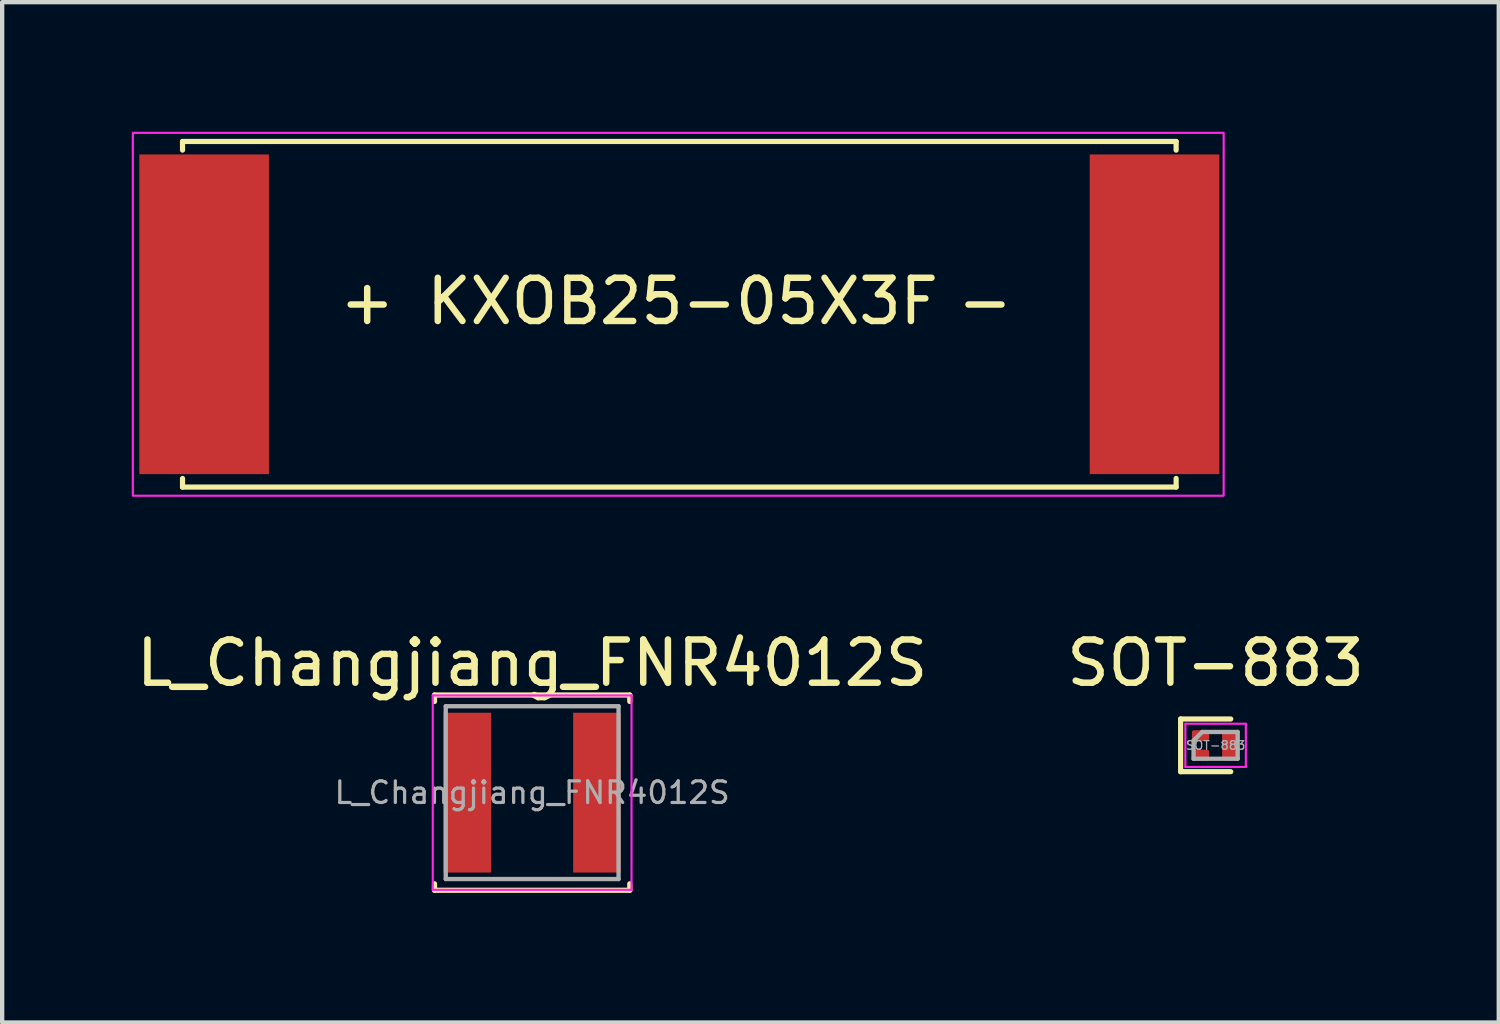
<source format=kicad_pcb>
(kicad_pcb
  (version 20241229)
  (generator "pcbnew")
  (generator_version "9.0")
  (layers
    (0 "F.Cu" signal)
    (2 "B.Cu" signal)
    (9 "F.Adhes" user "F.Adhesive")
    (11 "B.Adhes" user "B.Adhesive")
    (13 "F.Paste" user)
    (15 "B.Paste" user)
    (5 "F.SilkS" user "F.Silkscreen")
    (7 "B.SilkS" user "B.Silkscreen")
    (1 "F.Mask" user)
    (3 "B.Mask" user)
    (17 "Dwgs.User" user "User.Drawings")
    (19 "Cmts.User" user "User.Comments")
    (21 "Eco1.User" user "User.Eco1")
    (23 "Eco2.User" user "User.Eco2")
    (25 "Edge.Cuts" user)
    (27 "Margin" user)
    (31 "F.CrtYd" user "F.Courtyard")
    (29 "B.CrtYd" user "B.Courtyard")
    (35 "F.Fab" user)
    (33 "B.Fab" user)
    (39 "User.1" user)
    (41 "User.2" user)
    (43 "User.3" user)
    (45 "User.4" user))
  (footprint "KXOB25-05X3F"
    (layer "F.Cu")
    (at 12.65 3.925)
    (property "Reference" "KXOB25-05X3F" (at 0.1 0 0) (unlocked yes) (layer "F.SilkS") (effects (font (size 1 1) (thickness 0.15))))
    (attr smd)
    (fp_line (start -11.475 -3.7) (end -11.475 -3.5) (stroke (width 0.12) (type solid)) (layer "F.SilkS"))
    (fp_line (start -11.475 -3.7) (end 11.525 -3.7) (stroke (width 0.12) (type solid)) (layer "F.SilkS"))
    (fp_line (start -11.475 4.3) (end -11.475 4.1) (stroke (width 0.12) (type solid)) (layer "F.SilkS"))
    (fp_line (start 11.525 -3.7) (end 11.525 -3.5) (stroke (width 0.12) (type solid)) (layer "F.SilkS"))
    (fp_line (start 11.525 4.3) (end -11.475 4.3) (stroke (width 0.12) (type solid)) (layer "F.SilkS"))
    (fp_line (start 11.525 4.3) (end 11.525 4.1) (stroke (width 0.12) (type solid)) (layer "F.SilkS"))
    (fp_rect (start -12.625 -3.9) (end 12.625 4.5) (stroke (width 0.05) (type solid)) (fill no) (layer "F.CrtYd"))
    (fp_text user "-" (at 7.1 0 0) (unlocked yes) (layer "F.SilkS") (effects (font (size 1 1) (thickness 0.15))))
    (fp_text user "+" (at -7.2 0 0) (unlocked yes) (layer "F.SilkS") (effects (font (size 1 1) (thickness 0.15))))
    (pad "1" smd rect (at -10.975 0.3) (size 3 7.4) (layers "F.Cu" "F.Mask" "F.Paste"))
    (pad "2" smd rect (at 11.025 0.3) (size 3 7.4) (layers "F.Cu" "F.Mask" "F.Paste")))
  (footprint "L_Changjiang_FNR4012S"
    (layer "F.Cu")
    (at 9.268 15.298)
    (property "Reference" "L_Changjiang_FNR4012S" (at 0 -3 0) (layer "F.SilkS") (effects (font (size 1 1) (thickness 0.15))))
    (attr smd)
    (fp_line (start -2.26 -2.26) (end -2.26 -2.11) (stroke (width 0.12) (type solid)) (layer "F.SilkS"))
    (fp_line (start -2.26 -2.26) (end 2.26 -2.26) (stroke (width 0.12) (type solid)) (layer "F.SilkS"))
    (fp_line (start -2.26 2.26) (end -2.26 2.11) (stroke (width 0.12) (type solid)) (layer "F.SilkS"))
    (fp_line (start -2.26 2.26) (end 2.26 2.26) (stroke (width 0.12) (type solid)) (layer "F.SilkS"))
    (fp_line (start 2.26 -2.26) (end 2.26 -2.11) (stroke (width 0.12) (type solid)) (layer "F.SilkS"))
    (fp_line (start 2.26 2.26) (end 2.26 2.11) (stroke (width 0.12) (type solid)) (layer "F.SilkS"))
    (fp_line (start -2.3 -2.25) (end -2.3 2.25) (stroke (width 0.05) (type solid)) (layer "F.CrtYd"))
    (fp_line (start -2.3 2.25) (end 2.3 2.25) (stroke (width 0.05) (type solid)) (layer "F.CrtYd"))
    (fp_line (start 2.3 -2.25) (end -2.3 -2.25) (stroke (width 0.05) (type solid)) (layer "F.CrtYd"))
    (fp_line (start 2.3 2.25) (end 2.3 -2.25) (stroke (width 0.05) (type solid)) (layer "F.CrtYd"))
    (fp_line (start -2 -2) (end -2 2) (stroke (width 0.1) (type solid)) (layer "F.Fab"))
    (fp_line (start -2 2) (end 2 2) (stroke (width 0.1) (type solid)) (layer "F.Fab"))
    (fp_line (start 2 -2) (end -2 -2) (stroke (width 0.1) (type solid)) (layer "F.Fab"))
    (fp_line (start 2 2) (end 2 -2) (stroke (width 0.1) (type solid)) (layer "F.Fab"))
    (fp_text user "${REFERENCE}" (at 0 0 0) (layer "F.Fab") (effects (font (size 0.5 0.5) (thickness 0.075))))
    (pad "1" smd rect (at -1.5 0) (size 1.1 3.7) (layers "F.Cu" "F.Mask" "F.Paste"))
    (pad "2" smd rect (at 1.5 0) (size 1.1 3.7) (layers "F.Cu" "F.Mask" "F.Paste")))
  (footprint "SOT-883"
    (layer "F.Cu")
    (at 25.089 14.203)
    (property "Reference" "SOT-883" (at 0 -1.905 0) (layer "F.SilkS") (effects (font (size 1 1) (thickness 0.15))))
    (attr smd)
    (fp_line (start -0.81 -0.61) (end 0.35 -0.61) (stroke (width 0.12) (type solid)) (layer "F.SilkS"))
    (fp_line (start -0.81 0.61) (end -0.81 -0.61) (stroke (width 0.12) (type solid)) (layer "F.SilkS"))
    (fp_line (start 0.35 0.61) (end -0.81 0.61) (stroke (width 0.12) (type solid)) (layer "F.SilkS"))
    (fp_line (start -0.7 -0.5) (end 0.7 -0.5) (stroke (width 0.05) (type solid)) (layer "F.CrtYd"))
    (fp_line (start -0.7 0.5) (end -0.7 -0.5) (stroke (width 0.05) (type solid)) (layer "F.CrtYd"))
    (fp_line (start 0.7 -0.5) (end 0.7 0.5) (stroke (width 0.05) (type solid)) (layer "F.CrtYd"))
    (fp_line (start 0.7 0.5) (end -0.7 0.5) (stroke (width 0.05) (type solid)) (layer "F.CrtYd"))
    (fp_line (start -0.51 0.31) (end -0.51 -0.11) (stroke (width 0.1) (type solid)) (layer "F.Fab"))
    (fp_line (start -0.31 -0.31) (end -0.51 -0.11) (stroke (width 0.1) (type solid)) (layer "F.Fab"))
    (fp_line (start -0.31 -0.31) (end 0.51 -0.31) (stroke (width 0.1) (type solid)) (layer "F.Fab"))
    (fp_line (start 0.51 -0.31) (end 0.51 0.31) (stroke (width 0.1) (type solid)) (layer "F.Fab"))
    (fp_line (start 0.51 0.31) (end -0.51 0.31) (stroke (width 0.1) (type solid)) (layer "F.Fab"))
    (fp_text user "${REFERENCE}" (at 0 0 0) (layer "F.Fab") (effects (font (size 0.2 0.2) (thickness 0.03))))
    (pad "1" smd roundrect (at -0.35 -0.225) (size 0.4 0.25) (layers "F.Cu" "F.Mask" "F.Paste") (roundrect_rratio 0.2))
    (pad "2" smd roundrect (at -0.35 0.225) (size 0.4 0.25) (layers "F.Cu" "F.Mask" "F.Paste") (roundrect_rratio 0.2))
    (pad "3" smd roundrect (at 0.35 0) (size 0.4 0.7) (layers "F.Cu" "F.Mask" "F.Paste") (roundrect_rratio 0.125)))
  (gr_rect
    (start -3 -3)
    (end 31.643 20.618)
    (stroke (width 0.1) (type default))
    (fill no)
    (layer "Edge.Cuts")))
</source>
